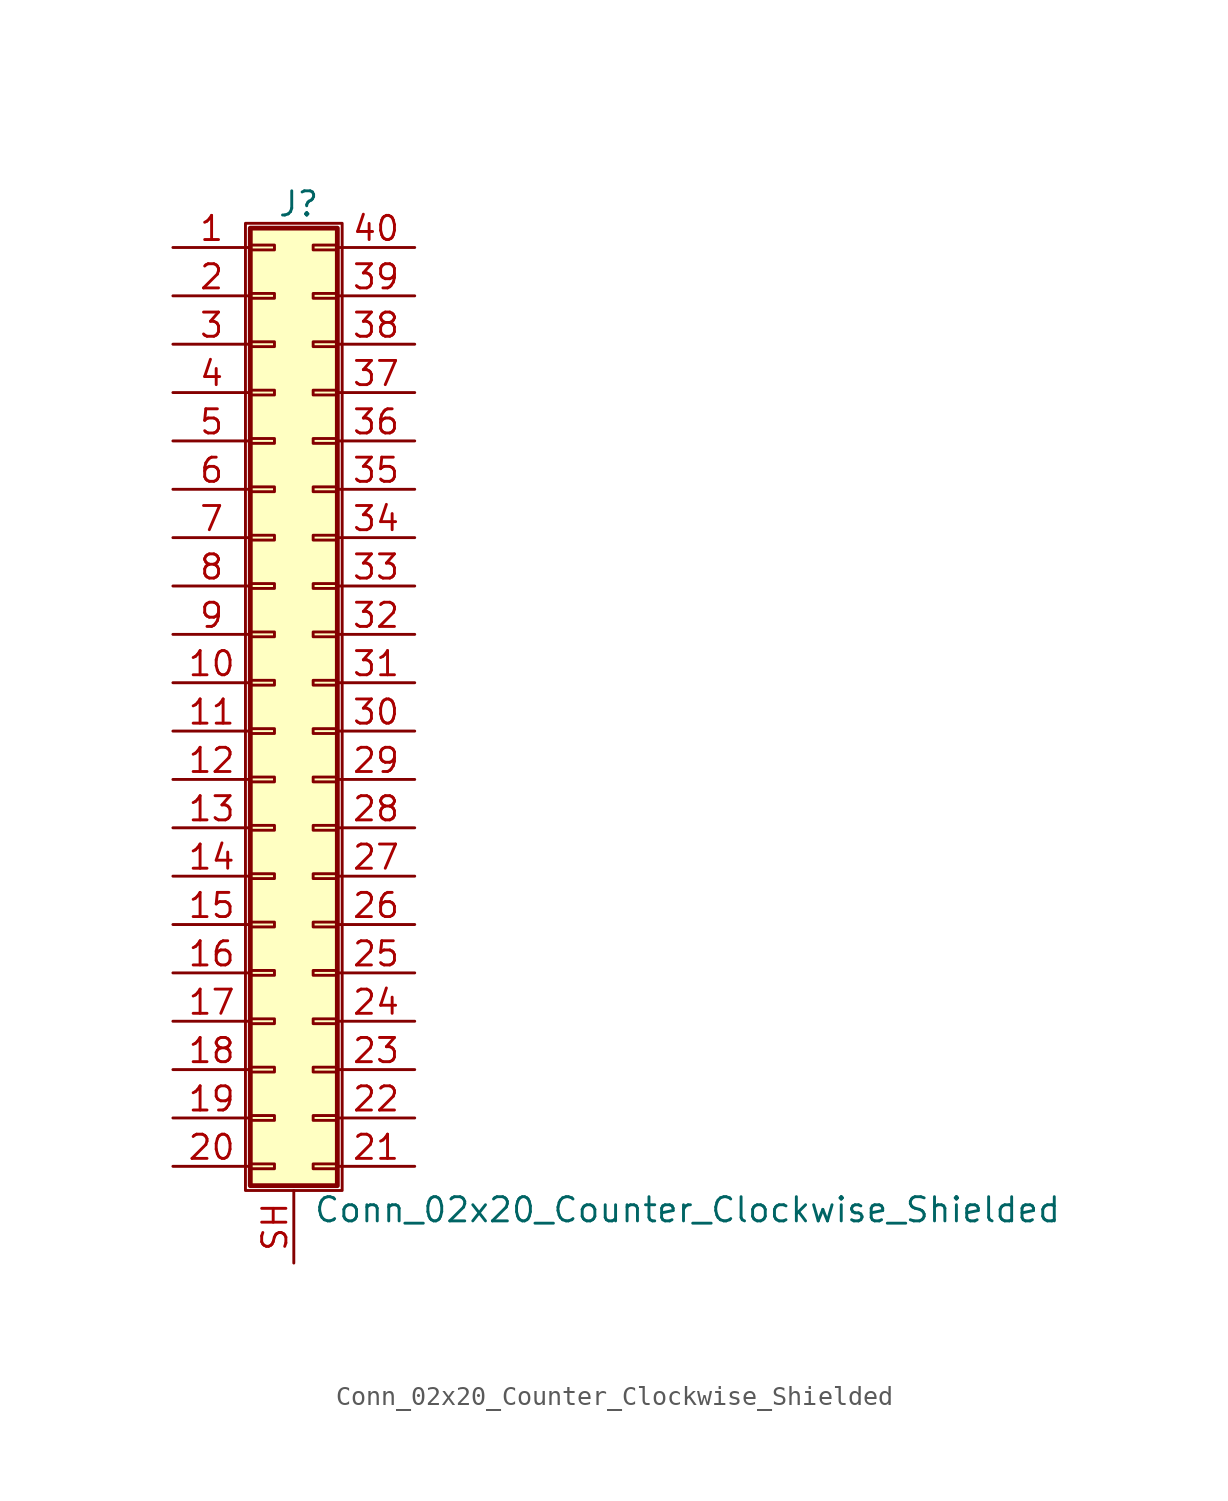
<source format=kicad_sym>
(kicad_symbol_lib
  (version 20220914)
  (generator kicad_symbol_editor)
  (symbol "Conn_02x20_Counter_Clockwise_Shielded"
    (pin_names
      (offset 1.016) hide)
    (property "Reference" "J"
      (at 1.524 25.146 0)
      (effects (font (size 1.27 1.27))))
    (property "Value" "Conn_02x20_Counter_Clockwise_Shielded"
      (at 2.286 -27.686 0)
      (effects (font (size 1.27 1.27)) (justify left)))
    (symbol "Conn_02x20_Counter_Clockwise_Shielded_1_1"
      (rectangle (start -1.27 24.13) (end 3.81 -26.67) (stroke (width 0.152) (type default)) (fill (type none)))
      (rectangle (start -1.016 -25.273) (end 0.254 -25.527) (stroke (width 0.152) (type default)) (fill (type none)))
      (rectangle (start -1.016 -22.733) (end 0.254 -22.987) (stroke (width 0.152) (type default)) (fill (type none)))
      (rectangle (start -1.016 -20.193) (end 0.254 -20.447) (stroke (width 0.152) (type default)) (fill (type none)))
      (rectangle (start -1.016 -17.653) (end 0.254 -17.907) (stroke (width 0.152) (type default)) (fill (type none)))
      (rectangle (start -1.016 -15.113) (end 0.254 -15.367) (stroke (width 0.152) (type default)) (fill (type none)))
      (rectangle (start -1.016 -12.573) (end 0.254 -12.827) (stroke (width 0.152) (type default)) (fill (type none)))
      (rectangle (start -1.016 -10.033) (end 0.254 -10.287) (stroke (width 0.152) (type default)) (fill (type none)))
      (rectangle (start -1.016 -7.493) (end 0.254 -7.747) (stroke (width 0.152) (type default)) (fill (type none)))
      (rectangle (start -1.016 -4.953) (end 0.254 -5.207) (stroke (width 0.152) (type default)) (fill (type none)))
      (rectangle (start -1.016 -2.413) (end 0.254 -2.667) (stroke (width 0.152) (type default)) (fill (type none)))
      (rectangle (start -1.016 0.127) (end 0.254 -0.127) (stroke (width 0.152) (type default)) (fill (type none)))
      (rectangle (start -1.016 2.667) (end 0.254 2.413) (stroke (width 0.152) (type default)) (fill (type none)))
      (rectangle (start -1.016 5.207) (end 0.254 4.953) (stroke (width 0.152) (type default)) (fill (type none)))
      (rectangle (start -1.016 7.747) (end 0.254 7.493) (stroke (width 0.152) (type default)) (fill (type none)))
      (rectangle (start -1.016 10.287) (end 0.254 10.033) (stroke (width 0.152) (type default)) (fill (type none)))
      (rectangle (start -1.016 12.827) (end 0.254 12.573) (stroke (width 0.152) (type default)) (fill (type none)))
      (rectangle (start -1.016 15.367) (end 0.254 15.113) (stroke (width 0.152) (type default)) (fill (type none)))
      (rectangle (start -1.016 17.907) (end 0.254 17.653) (stroke (width 0.152) (type default)) (fill (type none)))
      (rectangle (start -1.016 20.447) (end 0.254 20.193) (stroke (width 0.152) (type default)) (fill (type none)))
      (rectangle (start -1.016 22.987) (end 0.254 22.733) (stroke (width 0.152) (type default)) (fill (type none)))
      (rectangle (start -1.016 23.876) (end 3.556 -26.416) (stroke (width 0.254) (type default)) (fill (type background)))
      (rectangle (start 3.556 -25.273) (end 2.286 -25.527) (stroke (width 0.152) (type default)) (fill (type none)))
      (rectangle (start 3.556 -22.733) (end 2.286 -22.987) (stroke (width 0.152) (type default)) (fill (type none)))
      (rectangle (start 3.556 -20.193) (end 2.286 -20.447) (stroke (width 0.152) (type default)) (fill (type none)))
      (rectangle (start 3.556 -17.653) (end 2.286 -17.907) (stroke (width 0.152) (type default)) (fill (type none)))
      (rectangle (start 3.556 -15.113) (end 2.286 -15.367) (stroke (width 0.152) (type default)) (fill (type none)))
      (rectangle (start 3.556 -12.573) (end 2.286 -12.827) (stroke (width 0.152) (type default)) (fill (type none)))
      (rectangle (start 3.556 -10.033) (end 2.286 -10.287) (stroke (width 0.152) (type default)) (fill (type none)))
      (rectangle (start 3.556 -7.493) (end 2.286 -7.747) (stroke (width 0.152) (type default)) (fill (type none)))
      (rectangle (start 3.556 -4.953) (end 2.286 -5.207) (stroke (width 0.152) (type default)) (fill (type none)))
      (rectangle (start 3.556 -2.413) (end 2.286 -2.667) (stroke (width 0.152) (type default)) (fill (type none)))
      (rectangle (start 3.556 0.127) (end 2.286 -0.127) (stroke (width 0.152) (type default)) (fill (type none)))
      (rectangle (start 3.556 2.667) (end 2.286 2.413) (stroke (width 0.152) (type default)) (fill (type none)))
      (rectangle (start 3.556 5.207) (end 2.286 4.953) (stroke (width 0.152) (type default)) (fill (type none)))
      (rectangle (start 3.556 7.747) (end 2.286 7.493) (stroke (width 0.152) (type default)) (fill (type none)))
      (rectangle (start 3.556 10.287) (end 2.286 10.033) (stroke (width 0.152) (type default)) (fill (type none)))
      (rectangle (start 3.556 12.827) (end 2.286 12.573) (stroke (width 0.152) (type default)) (fill (type none)))
      (rectangle (start 3.556 15.367) (end 2.286 15.113) (stroke (width 0.152) (type default)) (fill (type none)))
      (rectangle (start 3.556 17.907) (end 2.286 17.653) (stroke (width 0.152) (type default)) (fill (type none)))
      (rectangle (start 3.556 20.447) (end 2.286 20.193) (stroke (width 0.152) (type default)) (fill (type none)))
      (rectangle (start 3.556 22.987) (end 2.286 22.733) (stroke (width 0.152) (type default)) (fill (type none)))
      (pin passive line (at -5.08 22.86 0) (length 4.064) (name "Pin_1" (effects (font (size 1.27 1.27)))) (number "1" (effects (font (size 1.27 1.27)))))
      (pin passive line (at -5.08 0 0) (length 4.064) (name "Pin_10" (effects (font (size 1.27 1.27)))) (number "10" (effects (font (size 1.27 1.27)))))
      (pin passive line (at -5.08 -2.54 0) (length 4.064) (name "Pin_11" (effects (font (size 1.27 1.27)))) (number "11" (effects (font (size 1.27 1.27)))))
      (pin passive line (at -5.08 -5.08 0) (length 4.064) (name "Pin_12" (effects (font (size 1.27 1.27)))) (number "12" (effects (font (size 1.27 1.27)))))
      (pin passive line (at -5.08 -7.62 0) (length 4.064) (name "Pin_13" (effects (font (size 1.27 1.27)))) (number "13" (effects (font (size 1.27 1.27)))))
      (pin passive line (at -5.08 -10.16 0) (length 4.064) (name "Pin_14" (effects (font (size 1.27 1.27)))) (number "14" (effects (font (size 1.27 1.27)))))
      (pin passive line (at -5.08 -12.7 0) (length 4.064) (name "Pin_15" (effects (font (size 1.27 1.27)))) (number "15" (effects (font (size 1.27 1.27)))))
      (pin passive line (at -5.08 -15.24 0) (length 4.064) (name "Pin_16" (effects (font (size 1.27 1.27)))) (number "16" (effects (font (size 1.27 1.27)))))
      (pin passive line (at -5.08 -17.78 0) (length 4.064) (name "Pin_17" (effects (font (size 1.27 1.27)))) (number "17" (effects (font (size 1.27 1.27)))))
      (pin passive line (at -5.08 -20.32 0) (length 4.064) (name "Pin_18" (effects (font (size 1.27 1.27)))) (number "18" (effects (font (size 1.27 1.27)))))
      (pin passive line (at -5.08 -22.86 0) (length 4.064) (name "Pin_19" (effects (font (size 1.27 1.27)))) (number "19" (effects (font (size 1.27 1.27)))))
      (pin passive line (at -5.08 20.32 0) (length 4.064) (name "Pin_2" (effects (font (size 1.27 1.27)))) (number "2" (effects (font (size 1.27 1.27)))))
      (pin passive line (at -5.08 -25.4 0) (length 4.064) (name "Pin_20" (effects (font (size 1.27 1.27)))) (number "20" (effects (font (size 1.27 1.27)))))
      (pin passive line (at 7.62 -25.4 180) (length 4.064) (name "Pin_21" (effects (font (size 1.27 1.27)))) (number "21" (effects (font (size 1.27 1.27)))))
      (pin passive line (at 7.62 -22.86 180) (length 4.064) (name "Pin_22" (effects (font (size 1.27 1.27)))) (number "22" (effects (font (size 1.27 1.27)))))
      (pin passive line (at 7.62 -20.32 180) (length 4.064) (name "Pin_23" (effects (font (size 1.27 1.27)))) (number "23" (effects (font (size 1.27 1.27)))))
      (pin passive line (at 7.62 -17.78 180) (length 4.064) (name "Pin_24" (effects (font (size 1.27 1.27)))) (number "24" (effects (font (size 1.27 1.27)))))
      (pin passive line (at 7.62 -15.24 180) (length 4.064) (name "Pin_25" (effects (font (size 1.27 1.27)))) (number "25" (effects (font (size 1.27 1.27)))))
      (pin passive line (at 7.62 -12.7 180) (length 4.064) (name "Pin_26" (effects (font (size 1.27 1.27)))) (number "26" (effects (font (size 1.27 1.27)))))
      (pin passive line (at 7.62 -10.16 180) (length 4.064) (name "Pin_27" (effects (font (size 1.27 1.27)))) (number "27" (effects (font (size 1.27 1.27)))))
      (pin passive line (at 7.62 -7.62 180) (length 4.064) (name "Pin_28" (effects (font (size 1.27 1.27)))) (number "28" (effects (font (size 1.27 1.27)))))
      (pin passive line (at 7.62 -5.08 180) (length 4.064) (name "Pin_29" (effects (font (size 1.27 1.27)))) (number "29" (effects (font (size 1.27 1.27)))))
      (pin passive line (at -5.08 17.78 0) (length 4.064) (name "Pin_3" (effects (font (size 1.27 1.27)))) (number "3" (effects (font (size 1.27 1.27)))))
      (pin passive line (at 7.62 -2.54 180) (length 4.064) (name "Pin_30" (effects (font (size 1.27 1.27)))) (number "30" (effects (font (size 1.27 1.27)))))
      (pin passive line (at 7.62 0 180) (length 4.064) (name "Pin_31" (effects (font (size 1.27 1.27)))) (number "31" (effects (font (size 1.27 1.27)))))
      (pin passive line (at 7.62 2.54 180) (length 4.064) (name "Pin_32" (effects (font (size 1.27 1.27)))) (number "32" (effects (font (size 1.27 1.27)))))
      (pin passive line (at 7.62 5.08 180) (length 4.064) (name "Pin_33" (effects (font (size 1.27 1.27)))) (number "33" (effects (font (size 1.27 1.27)))))
      (pin passive line (at 7.62 7.62 180) (length 4.064) (name "Pin_34" (effects (font (size 1.27 1.27)))) (number "34" (effects (font (size 1.27 1.27)))))
      (pin passive line (at 7.62 10.16 180) (length 4.064) (name "Pin_35" (effects (font (size 1.27 1.27)))) (number "35" (effects (font (size 1.27 1.27)))))
      (pin passive line (at 7.62 12.7 180) (length 4.064) (name "Pin_36" (effects (font (size 1.27 1.27)))) (number "36" (effects (font (size 1.27 1.27)))))
      (pin passive line (at 7.62 15.24 180) (length 4.064) (name "Pin_37" (effects (font (size 1.27 1.27)))) (number "37" (effects (font (size 1.27 1.27)))))
      (pin passive line (at 7.62 17.78 180) (length 4.064) (name "Pin_38" (effects (font (size 1.27 1.27)))) (number "38" (effects (font (size 1.27 1.27)))))
      (pin passive line (at 7.62 20.32 180) (length 4.064) (name "Pin_39" (effects (font (size 1.27 1.27)))) (number "39" (effects (font (size 1.27 1.27)))))
      (pin passive line (at -5.08 15.24 0) (length 4.064) (name "Pin_4" (effects (font (size 1.27 1.27)))) (number "4" (effects (font (size 1.27 1.27)))))
      (pin passive line (at 7.62 22.86 180) (length 4.064) (name "Pin_40" (effects (font (size 1.27 1.27)))) (number "40" (effects (font (size 1.27 1.27)))))
      (pin passive line (at -5.08 12.7 0) (length 4.064) (name "Pin_5" (effects (font (size 1.27 1.27)))) (number "5" (effects (font (size 1.27 1.27)))))
      (pin passive line (at -5.08 10.16 0) (length 4.064) (name "Pin_6" (effects (font (size 1.27 1.27)))) (number "6" (effects (font (size 1.27 1.27)))))
      (pin passive line (at -5.08 7.62 0) (length 4.064) (name "Pin_7" (effects (font (size 1.27 1.27)))) (number "7" (effects (font (size 1.27 1.27)))))
      (pin passive line (at -5.08 5.08 0) (length 4.064) (name "Pin_8" (effects (font (size 1.27 1.27)))) (number "8" (effects (font (size 1.27 1.27)))))
      (pin passive line (at -5.08 2.54 0) (length 4.064) (name "Pin_9" (effects (font (size 1.27 1.27)))) (number "9" (effects (font (size 1.27 1.27)))))
      (pin passive line (at 1.27 -30.48 90) (length 3.81) (name "Shield" (effects (font (size 1.27 1.27)))) (number "SH" (effects (font (size 1.27 1.27))))))))
</source>
